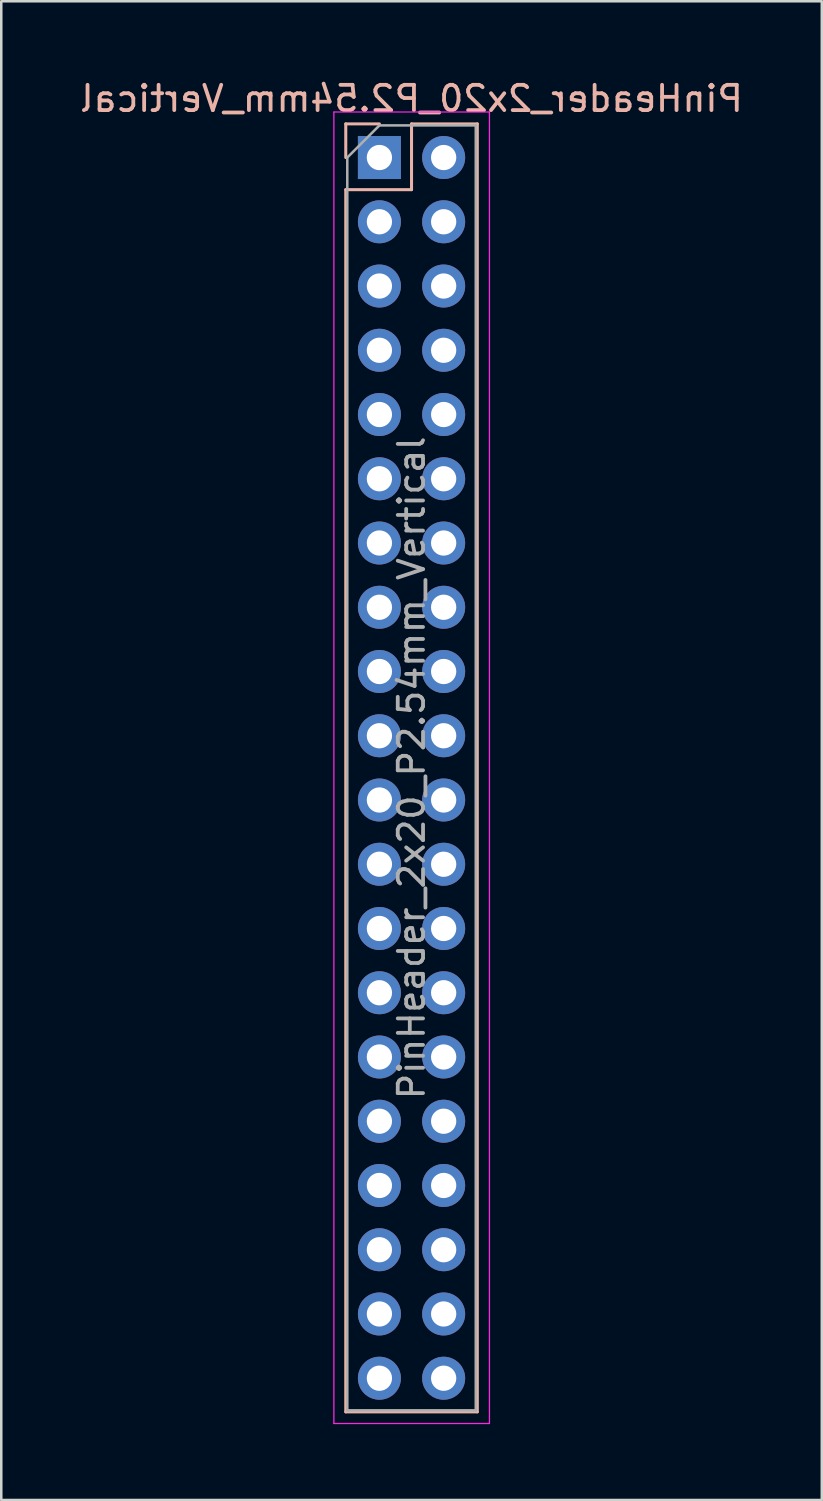
<source format=kicad_pcb>
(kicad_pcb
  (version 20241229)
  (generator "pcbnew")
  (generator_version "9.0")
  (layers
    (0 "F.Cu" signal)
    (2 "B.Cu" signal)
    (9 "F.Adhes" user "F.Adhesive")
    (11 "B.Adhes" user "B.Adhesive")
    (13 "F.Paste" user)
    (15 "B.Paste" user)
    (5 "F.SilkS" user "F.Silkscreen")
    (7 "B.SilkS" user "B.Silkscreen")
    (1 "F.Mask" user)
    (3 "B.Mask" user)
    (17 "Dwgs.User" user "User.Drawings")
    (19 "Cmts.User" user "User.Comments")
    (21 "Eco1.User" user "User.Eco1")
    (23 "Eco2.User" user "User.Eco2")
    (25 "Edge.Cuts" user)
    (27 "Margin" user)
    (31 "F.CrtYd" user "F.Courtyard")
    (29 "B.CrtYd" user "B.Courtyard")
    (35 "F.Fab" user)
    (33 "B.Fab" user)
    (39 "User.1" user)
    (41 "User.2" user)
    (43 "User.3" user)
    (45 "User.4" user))
  (footprint "PinHeader_2x20_P2.54mm_Vertical"
    (layer "F.Cu")
    (at 11.95 3.178)
    (property "Reference" "PinHeader_2x20_P2.54mm_Vertical" (at 1.27 -2.33 0) (layer "B.SilkS") (effects (font (size 1 1) (thickness 0.15)) (justify mirror)))
    (attr through_hole)
    (fp_line (start -1.33 -1.33) (end 0 -1.33) (stroke (width 0.12) (type solid)) (layer "B.SilkS"))
    (fp_line (start -1.33 0) (end -1.33 -1.33) (stroke (width 0.12) (type solid)) (layer "B.SilkS"))
    (fp_line (start -1.33 1.27) (end -1.33 49.59) (stroke (width 0.12) (type solid)) (layer "B.SilkS"))
    (fp_line (start -1.33 1.27) (end 1.27 1.27) (stroke (width 0.12) (type solid)) (layer "B.SilkS"))
    (fp_line (start -1.33 49.59) (end 3.87 49.59) (stroke (width 0.12) (type solid)) (layer "B.SilkS"))
    (fp_line (start 1.27 -1.33) (end 3.87 -1.33) (stroke (width 0.12) (type solid)) (layer "B.SilkS"))
    (fp_line (start 1.27 1.27) (end 1.27 -1.33) (stroke (width 0.12) (type solid)) (layer "B.SilkS"))
    (fp_line (start 3.87 -1.33) (end 3.87 49.59) (stroke (width 0.12) (type solid)) (layer "B.SilkS"))
    (fp_line (start -1.8 -1.8) (end -1.8 50.05) (stroke (width 0.05) (type solid)) (layer "F.CrtYd"))
    (fp_line (start -1.8 50.05) (end 4.35 50.05) (stroke (width 0.05) (type solid)) (layer "F.CrtYd"))
    (fp_line (start 4.35 -1.8) (end -1.8 -1.8) (stroke (width 0.05) (type solid)) (layer "F.CrtYd"))
    (fp_line (start 4.35 50.05) (end 4.35 -1.8) (stroke (width 0.05) (type solid)) (layer "F.CrtYd"))
    (fp_line (start -1.27 0) (end 0 -1.27) (stroke (width 0.1) (type solid)) (layer "F.Fab"))
    (fp_line (start -1.27 49.53) (end -1.27 0) (stroke (width 0.1) (type solid)) (layer "F.Fab"))
    (fp_line (start 0 -1.27) (end 3.81 -1.27) (stroke (width 0.1) (type solid)) (layer "F.Fab"))
    (fp_line (start 3.81 -1.27) (end 3.81 49.53) (stroke (width 0.1) (type solid)) (layer "F.Fab"))
    (fp_line (start 3.81 49.53) (end -1.27 49.53) (stroke (width 0.1) (type solid)) (layer "F.Fab"))
    (fp_text user "${REFERENCE}" (at 1.27 24.13 90) (layer "F.Fab") (effects (font (size 1 1) (thickness 0.15))))
    (pad "1" thru_hole rect (at 0 0) (size 1.7 1.7) (drill 1) (layers "*.Cu" "*.Mask"))
    (pad "2" thru_hole oval (at 2.54 0) (size 1.7 1.7) (drill 1) (layers "*.Cu" "*.Mask"))
    (pad "3" thru_hole oval (at 0 2.54) (size 1.7 1.7) (drill 1) (layers "*.Cu" "*.Mask"))
    (pad "4" thru_hole oval (at 2.54 2.54) (size 1.7 1.7) (drill 1) (layers "*.Cu" "*.Mask"))
    (pad "5" thru_hole oval (at 0 5.08) (size 1.7 1.7) (drill 1) (layers "*.Cu" "*.Mask"))
    (pad "6" thru_hole oval (at 2.54 5.08) (size 1.7 1.7) (drill 1) (layers "*.Cu" "*.Mask"))
    (pad "7" thru_hole oval (at 0 7.62) (size 1.7 1.7) (drill 1) (layers "*.Cu" "*.Mask"))
    (pad "8" thru_hole oval (at 2.54 7.62) (size 1.7 1.7) (drill 1) (layers "*.Cu" "*.Mask"))
    (pad "9" thru_hole oval (at 0 10.16) (size 1.7 1.7) (drill 1) (layers "*.Cu" "*.Mask"))
    (pad "10" thru_hole oval (at 2.54 10.16) (size 1.7 1.7) (drill 1) (layers "*.Cu" "*.Mask"))
    (pad "11" thru_hole oval (at 0 12.7) (size 1.7 1.7) (drill 1) (layers "*.Cu" "*.Mask"))
    (pad "12" thru_hole oval (at 2.54 12.7) (size 1.7 1.7) (drill 1) (layers "*.Cu" "*.Mask"))
    (pad "13" thru_hole oval (at 0 15.24) (size 1.7 1.7) (drill 1) (layers "*.Cu" "*.Mask"))
    (pad "14" thru_hole oval (at 2.54 15.24) (size 1.7 1.7) (drill 1) (layers "*.Cu" "*.Mask"))
    (pad "15" thru_hole oval (at 0 17.78) (size 1.7 1.7) (drill 1) (layers "*.Cu" "*.Mask"))
    (pad "16" thru_hole oval (at 2.54 17.78) (size 1.7 1.7) (drill 1) (layers "*.Cu" "*.Mask"))
    (pad "17" thru_hole oval (at 0 20.32) (size 1.7 1.7) (drill 1) (layers "*.Cu" "*.Mask"))
    (pad "18" thru_hole oval (at 2.54 20.32) (size 1.7 1.7) (drill 1) (layers "*.Cu" "*.Mask"))
    (pad "19" thru_hole oval (at 0 22.86) (size 1.7 1.7) (drill 1) (layers "*.Cu" "*.Mask"))
    (pad "20" thru_hole oval (at 2.54 22.86) (size 1.7 1.7) (drill 1) (layers "*.Cu" "*.Mask"))
    (pad "21" thru_hole oval (at 0 25.4) (size 1.7 1.7) (drill 1) (layers "*.Cu" "*.Mask"))
    (pad "22" thru_hole oval (at 2.54 25.4) (size 1.7 1.7) (drill 1) (layers "*.Cu" "*.Mask"))
    (pad "23" thru_hole oval (at 0 27.94) (size 1.7 1.7) (drill 1) (layers "*.Cu" "*.Mask"))
    (pad "24" thru_hole oval (at 2.54 27.94) (size 1.7 1.7) (drill 1) (layers "*.Cu" "*.Mask"))
    (pad "25" thru_hole oval (at 0 30.48) (size 1.7 1.7) (drill 1) (layers "*.Cu" "*.Mask"))
    (pad "26" thru_hole oval (at 2.54 30.48) (size 1.7 1.7) (drill 1) (layers "*.Cu" "*.Mask"))
    (pad "27" thru_hole oval (at 0 33.02) (size 1.7 1.7) (drill 1) (layers "*.Cu" "*.Mask"))
    (pad "28" thru_hole oval (at 2.54 33.02) (size 1.7 1.7) (drill 1) (layers "*.Cu" "*.Mask"))
    (pad "29" thru_hole oval (at 0 35.56) (size 1.7 1.7) (drill 1) (layers "*.Cu" "*.Mask"))
    (pad "30" thru_hole oval (at 2.54 35.56) (size 1.7 1.7) (drill 1) (layers "*.Cu" "*.Mask"))
    (pad "31" thru_hole oval (at 0 38.1) (size 1.7 1.7) (drill 1) (layers "*.Cu" "*.Mask"))
    (pad "32" thru_hole oval (at 2.54 38.1) (size 1.7 1.7) (drill 1) (layers "*.Cu" "*.Mask"))
    (pad "33" thru_hole oval (at 0 40.64) (size 1.7 1.7) (drill 1) (layers "*.Cu" "*.Mask"))
    (pad "34" thru_hole oval (at 2.54 40.64) (size 1.7 1.7) (drill 1) (layers "*.Cu" "*.Mask"))
    (pad "35" thru_hole oval (at 0 43.18) (size 1.7 1.7) (drill 1) (layers "*.Cu" "*.Mask"))
    (pad "36" thru_hole oval (at 2.54 43.18) (size 1.7 1.7) (drill 1) (layers "*.Cu" "*.Mask"))
    (pad "37" thru_hole oval (at 0 45.72) (size 1.7 1.7) (drill 1) (layers "*.Cu" "*.Mask"))
    (pad "38" thru_hole oval (at 2.54 45.72) (size 1.7 1.7) (drill 1) (layers "*.Cu" "*.Mask"))
    (pad "39" thru_hole oval (at 0 48.26) (size 1.7 1.7) (drill 1) (layers "*.Cu" "*.Mask"))
    (pad "40" thru_hole oval (at 2.54 48.26) (size 1.7 1.7) (drill 1) (layers "*.Cu" "*.Mask")))
  (gr_rect
    (start -3 -3)
    (end 29.44 56.253)
    (stroke (width 0.1) (type default))
    (fill no)
    (layer "Edge.Cuts")))
</source>
